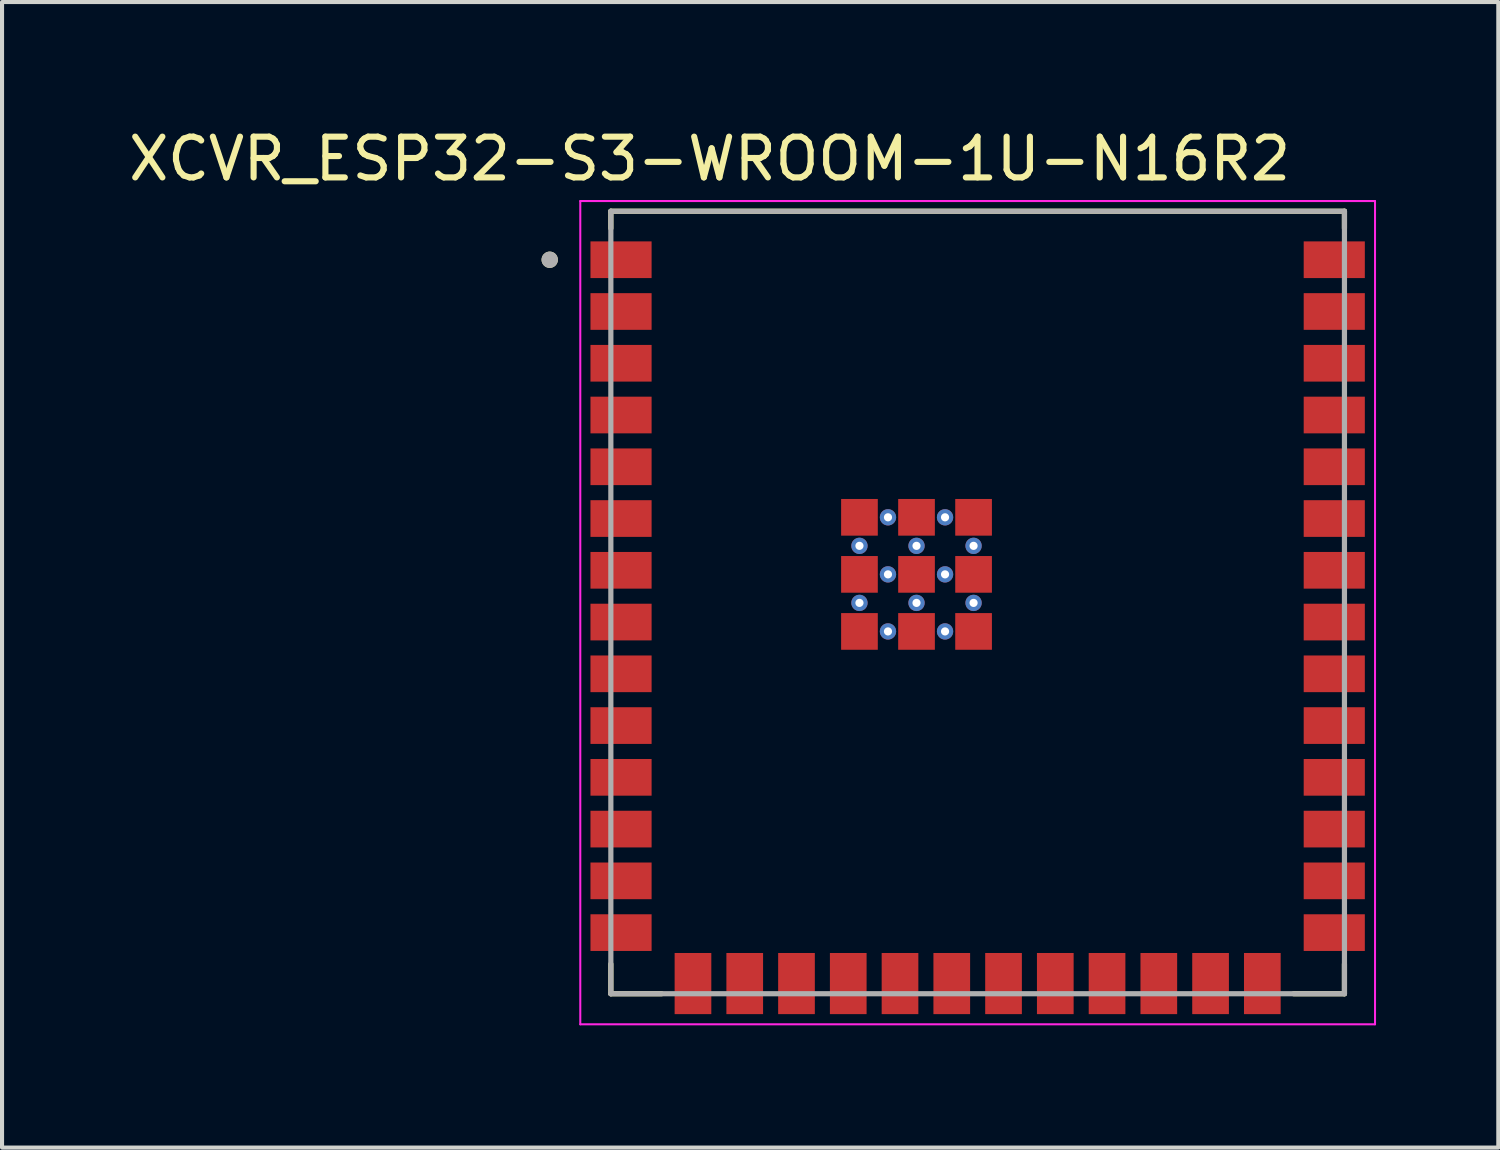
<source format=kicad_pcb>
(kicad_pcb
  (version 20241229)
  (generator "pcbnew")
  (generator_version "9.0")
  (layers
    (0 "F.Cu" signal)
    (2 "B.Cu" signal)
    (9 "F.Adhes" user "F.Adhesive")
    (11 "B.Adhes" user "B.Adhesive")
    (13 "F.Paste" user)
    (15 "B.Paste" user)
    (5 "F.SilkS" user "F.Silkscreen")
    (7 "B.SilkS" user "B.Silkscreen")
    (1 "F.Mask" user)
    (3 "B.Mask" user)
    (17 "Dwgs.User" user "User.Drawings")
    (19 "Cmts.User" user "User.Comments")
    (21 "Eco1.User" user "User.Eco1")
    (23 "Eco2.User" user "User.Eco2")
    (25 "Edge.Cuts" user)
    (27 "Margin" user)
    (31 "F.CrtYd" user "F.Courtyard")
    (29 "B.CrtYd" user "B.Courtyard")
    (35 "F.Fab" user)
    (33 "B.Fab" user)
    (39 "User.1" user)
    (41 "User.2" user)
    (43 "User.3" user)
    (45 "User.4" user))
  (footprint "XCVR_ESP32-S3-WROOM-1U-N16R2"
    (layer "F.Cu")
    (at 20.938 11.733)
    (property "Reference" "XCVR_ESP32-S3-WROOM-1U-N16R2" (at -6.575 -10.885 0) (layer "F.SilkS") (effects (font (size 1 1) (thickness 0.15))))
    (attr smd)
    (fp_line (start -9 -9.6) (end 9 -9.6) (stroke (width 0.127) (type solid)) (layer "F.SilkS"))
    (fp_line (start -9 -9.18) (end -9 -9.6) (stroke (width 0.127) (type solid)) (layer "F.SilkS"))
    (fp_line (start -9 9.6) (end -9 8.87) (stroke (width 0.127) (type solid)) (layer "F.SilkS"))
    (fp_line (start -7.755 9.6) (end -9 9.6) (stroke (width 0.127) (type solid)) (layer "F.SilkS"))
    (fp_line (start 9 -9.6) (end 9 -9.18) (stroke (width 0.127) (type solid)) (layer "F.SilkS"))
    (fp_line (start 9 9.6) (end 7.755 9.6) (stroke (width 0.127) (type solid)) (layer "F.SilkS"))
    (fp_line (start 9 9.6) (end 9 8.87) (stroke (width 0.127) (type solid)) (layer "F.SilkS"))
    (fp_circle (center -10.5 -8.41) (end -10.4 -8.41) (stroke (width 0.2) (type solid)) (fill no) (layer "F.SilkS"))
    (fp_line (start -9.75 -9.85) (end -9.75 10.35) (stroke (width 0.05) (type solid)) (layer "F.CrtYd"))
    (fp_line (start -9.75 10.35) (end 9.75 10.35) (stroke (width 0.05) (type solid)) (layer "F.CrtYd"))
    (fp_line (start 9.75 -9.85) (end -9.75 -9.85) (stroke (width 0.05) (type solid)) (layer "F.CrtYd"))
    (fp_line (start 9.75 10.35) (end 9.75 -9.85) (stroke (width 0.05) (type solid)) (layer "F.CrtYd"))
    (fp_line (start -9 -9.6) (end 9 -9.6) (stroke (width 0.127) (type solid)) (layer "F.Fab"))
    (fp_line (start -9 9.6) (end -9 -9.6) (stroke (width 0.127) (type solid)) (layer "F.Fab"))
    (fp_line (start 9 -9.6) (end 9 9.6) (stroke (width 0.127) (type solid)) (layer "F.Fab"))
    (fp_line (start 9 9.6) (end -9 9.6) (stroke (width 0.127) (type solid)) (layer "F.Fab"))
    (fp_circle (center -10.5 -8.41) (end -10.4 -8.41) (stroke (width 0.2) (type solid)) (fill no) (layer "F.Fab"))
    (pad "1" smd rect (at -8.75 -8.41) (size 1.5 0.9) (layers "F.Cu" "F.Mask" "F.Paste"))
    (pad "2" smd rect (at -8.75 -7.14) (size 1.5 0.9) (layers "F.Cu" "F.Mask" "F.Paste"))
    (pad "3" smd rect (at -8.75 -5.87) (size 1.5 0.9) (layers "F.Cu" "F.Mask" "F.Paste"))
    (pad "4" smd rect (at -8.75 -4.6) (size 1.5 0.9) (layers "F.Cu" "F.Mask" "F.Paste"))
    (pad "5" smd rect (at -8.75 -3.33) (size 1.5 0.9) (layers "F.Cu" "F.Mask" "F.Paste"))
    (pad "6" smd rect (at -8.75 -2.06) (size 1.5 0.9) (layers "F.Cu" "F.Mask" "F.Paste"))
    (pad "7" smd rect (at -8.75 -0.79) (size 1.5 0.9) (layers "F.Cu" "F.Mask" "F.Paste"))
    (pad "8" smd rect (at -8.75 0.48) (size 1.5 0.9) (layers "F.Cu" "F.Mask" "F.Paste"))
    (pad "9" smd rect (at -8.75 1.75) (size 1.5 0.9) (layers "F.Cu" "F.Mask" "F.Paste"))
    (pad "10" smd rect (at -8.75 3.02) (size 1.5 0.9) (layers "F.Cu" "F.Mask" "F.Paste"))
    (pad "11" smd rect (at -8.75 4.29) (size 1.5 0.9) (layers "F.Cu" "F.Mask" "F.Paste"))
    (pad "12" smd rect (at -8.75 5.56) (size 1.5 0.9) (layers "F.Cu" "F.Mask" "F.Paste"))
    (pad "13" smd rect (at -8.75 6.83) (size 1.5 0.9) (layers "F.Cu" "F.Mask" "F.Paste"))
    (pad "14" smd rect (at -8.75 8.1) (size 1.5 0.9) (layers "F.Cu" "F.Mask" "F.Paste"))
    (pad "15" smd rect (at -6.985 9.35) (size 0.9 1.5) (layers "F.Cu" "F.Mask" "F.Paste"))
    (pad "16" smd rect (at -5.715 9.35) (size 0.9 1.5) (layers "F.Cu" "F.Mask" "F.Paste"))
    (pad "17" smd rect (at -4.445 9.35) (size 0.9 1.5) (layers "F.Cu" "F.Mask" "F.Paste"))
    (pad "18" smd rect (at -3.175 9.35) (size 0.9 1.5) (layers "F.Cu" "F.Mask" "F.Paste"))
    (pad "19" smd rect (at -1.905 9.35) (size 0.9 1.5) (layers "F.Cu" "F.Mask" "F.Paste"))
    (pad "20" smd rect (at -0.635 9.35) (size 0.9 1.5) (layers "F.Cu" "F.Mask" "F.Paste"))
    (pad "21" smd rect (at 0.635 9.35) (size 0.9 1.5) (layers "F.Cu" "F.Mask" "F.Paste"))
    (pad "22" smd rect (at 1.905 9.35) (size 0.9 1.5) (layers "F.Cu" "F.Mask" "F.Paste"))
    (pad "23" smd rect (at 3.175 9.35) (size 0.9 1.5) (layers "F.Cu" "F.Mask" "F.Paste"))
    (pad "24" smd rect (at 4.445 9.35) (size 0.9 1.5) (layers "F.Cu" "F.Mask" "F.Paste"))
    (pad "25" smd rect (at 5.715 9.35) (size 0.9 1.5) (layers "F.Cu" "F.Mask" "F.Paste"))
    (pad "26" smd rect (at 6.985 9.35) (size 0.9 1.5) (layers "F.Cu" "F.Mask" "F.Paste"))
    (pad "27" smd rect (at 8.75 8.1) (size 1.5 0.9) (layers "F.Cu" "F.Mask" "F.Paste"))
    (pad "28" smd rect (at 8.75 6.83) (size 1.5 0.9) (layers "F.Cu" "F.Mask" "F.Paste"))
    (pad "29" smd rect (at 8.75 5.56) (size 1.5 0.9) (layers "F.Cu" "F.Mask" "F.Paste"))
    (pad "30" smd rect (at 8.75 4.29) (size 1.5 0.9) (layers "F.Cu" "F.Mask" "F.Paste"))
    (pad "31" smd rect (at 8.75 3.02) (size 1.5 0.9) (layers "F.Cu" "F.Mask" "F.Paste"))
    (pad "32" smd rect (at 8.75 1.75) (size 1.5 0.9) (layers "F.Cu" "F.Mask" "F.Paste"))
    (pad "33" smd rect (at 8.75 0.48) (size 1.5 0.9) (layers "F.Cu" "F.Mask" "F.Paste"))
    (pad "34" smd rect (at 8.75 -0.79) (size 1.5 0.9) (layers "F.Cu" "F.Mask" "F.Paste"))
    (pad "35" smd rect (at 8.75 -2.06) (size 1.5 0.9) (layers "F.Cu" "F.Mask" "F.Paste"))
    (pad "36" smd rect (at 8.75 -3.33) (size 1.5 0.9) (layers "F.Cu" "F.Mask" "F.Paste"))
    (pad "37" smd rect (at 8.75 -4.6) (size 1.5 0.9) (layers "F.Cu" "F.Mask" "F.Paste"))
    (pad "38" smd rect (at 8.75 -5.87) (size 1.5 0.9) (layers "F.Cu" "F.Mask" "F.Paste"))
    (pad "39" smd rect (at 8.75 -7.14) (size 1.5 0.9) (layers "F.Cu" "F.Mask" "F.Paste"))
    (pad "40" smd rect (at 8.75 -8.41) (size 1.5 0.9) (layers "F.Cu" "F.Mask" "F.Paste"))
    (pad "41_1" smd rect (at -2.9 -2.09) (size 0.9 0.9) (layers "F.Cu" "F.Mask" "F.Paste"))
    (pad "41_2" smd rect (at -1.5 -2.09) (size 0.9 0.9) (layers "F.Cu" "F.Mask" "F.Paste"))
    (pad "41_3" smd rect (at -0.1 -2.09) (size 0.9 0.9) (layers "F.Cu" "F.Mask" "F.Paste"))
    (pad "41_4" smd rect (at -2.9 -0.69) (size 0.9 0.9) (layers "F.Cu" "F.Mask" "F.Paste"))
    (pad "41_5" smd rect (at -1.5 -0.69) (size 0.9 0.9) (layers "F.Cu" "F.Mask" "F.Paste"))
    (pad "41_6" smd rect (at -0.1 -0.69) (size 0.9 0.9) (layers "F.Cu" "F.Mask" "F.Paste"))
    (pad "41_7" smd rect (at -2.9 0.71) (size 0.9 0.9) (layers "F.Cu" "F.Mask" "F.Paste"))
    (pad "41_8" smd rect (at -1.5 0.71) (size 0.9 0.9) (layers "F.Cu" "F.Mask" "F.Paste"))
    (pad "41_9" smd rect (at -0.1 0.71) (size 0.9 0.9) (layers "F.Cu" "F.Mask" "F.Paste"))
    (pad "41_10" thru_hole circle (at -2.2 -2.09) (size 0.4 0.4) (drill 0.2) (layers "*.Cu"))
    (pad "41_11" thru_hole circle (at -0.8 -2.09) (size 0.4 0.4) (drill 0.2) (layers "*.Cu"))
    (pad "41_12" thru_hole circle (at -2.9 -1.39) (size 0.4 0.4) (drill 0.2) (layers "*.Cu"))
    (pad "41_13" thru_hole circle (at -1.5 -1.39) (size 0.4 0.4) (drill 0.2) (layers "*.Cu"))
    (pad "41_14" thru_hole circle (at -0.1 -1.39) (size 0.4 0.4) (drill 0.2) (layers "*.Cu"))
    (pad "41_15" thru_hole circle (at -2.2 -0.69) (size 0.4 0.4) (drill 0.2) (layers "*.Cu"))
    (pad "41_16" thru_hole circle (at -0.8 -0.69) (size 0.4 0.4) (drill 0.2) (layers "*.Cu"))
    (pad "41_17" thru_hole circle (at -2.9 0.01) (size 0.4 0.4) (drill 0.2) (layers "*.Cu"))
    (pad "41_18" thru_hole circle (at -1.5 0.01) (size 0.4 0.4) (drill 0.2) (layers "*.Cu"))
    (pad "41_19" thru_hole circle (at -0.1 0.01) (size 0.4 0.4) (drill 0.2) (layers "*.Cu"))
    (pad "41_20" thru_hole circle (at -2.2 0.71) (size 0.4 0.4) (drill 0.2) (layers "*.Cu"))
    (pad "41_21" thru_hole circle (at -0.8 0.71) (size 0.4 0.4) (drill 0.2) (layers "*.Cu")))
  (gr_rect
    (start -3 -3)
    (end 33.713 25.108)
    (stroke (width 0.1) (type default))
    (fill no)
    (layer "Edge.Cuts")))
</source>
